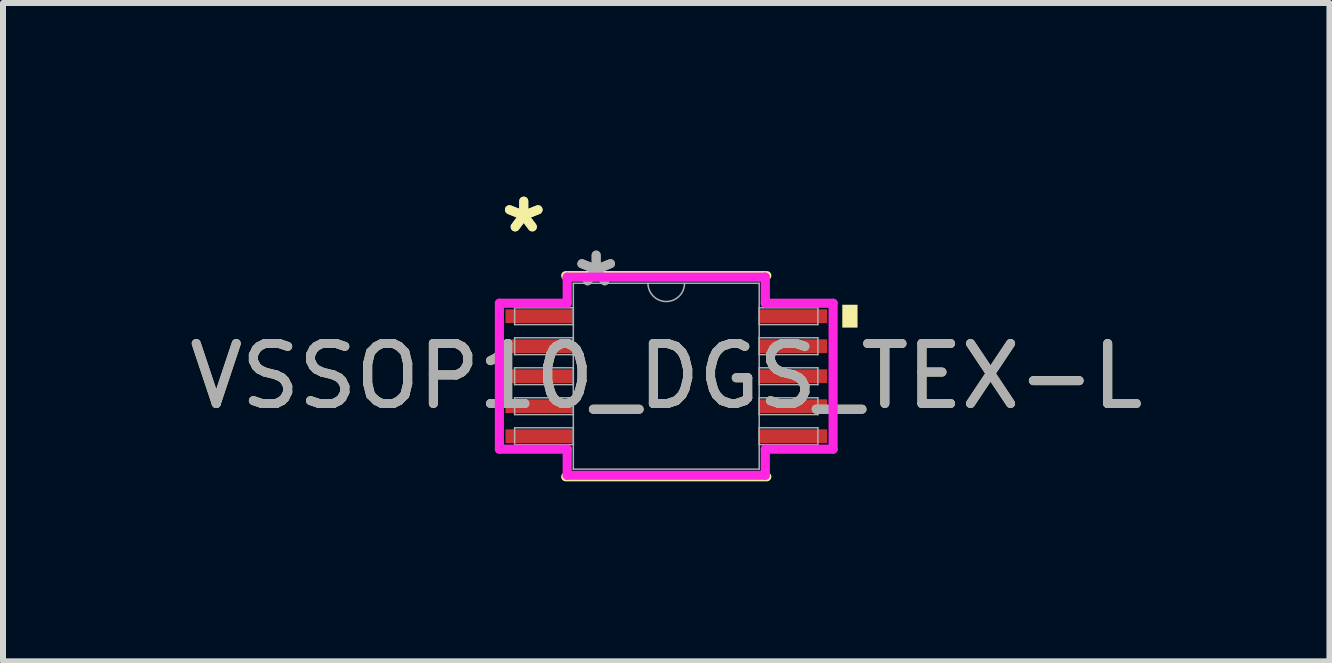
<source format=kicad_pcb>
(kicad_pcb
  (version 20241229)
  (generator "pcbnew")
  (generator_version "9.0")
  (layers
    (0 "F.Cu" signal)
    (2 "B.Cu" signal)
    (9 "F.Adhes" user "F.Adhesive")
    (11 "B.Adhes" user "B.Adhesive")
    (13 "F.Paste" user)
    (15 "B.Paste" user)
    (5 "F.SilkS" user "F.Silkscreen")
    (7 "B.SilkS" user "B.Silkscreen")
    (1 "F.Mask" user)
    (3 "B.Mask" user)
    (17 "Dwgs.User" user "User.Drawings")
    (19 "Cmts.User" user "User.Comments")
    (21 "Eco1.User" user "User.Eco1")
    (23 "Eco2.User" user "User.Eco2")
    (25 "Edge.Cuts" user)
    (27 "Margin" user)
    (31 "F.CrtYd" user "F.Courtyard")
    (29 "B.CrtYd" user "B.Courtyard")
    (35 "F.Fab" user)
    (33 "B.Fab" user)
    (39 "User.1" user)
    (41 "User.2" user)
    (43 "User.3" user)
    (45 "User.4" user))
  (footprint "VSSOP10_DGS_TEX-L"
    (layer "F.Cu")
    (at 8.054 3.22)
    (property "Reference" "VSSOP10_DGS_TEX-L" (at 0 0 0) (unlocked yes) (layer "F.SilkS") (effects (font (size 1 1) (thickness 0.15))))
    (attr smd)
    (fp_line (start -1.676 1.676) (end 1.676 1.676) (stroke (width 0.152) (type solid)) (layer "F.SilkS"))
    (fp_line (start 1.676 -1.676) (end -1.676 -1.676) (stroke (width 0.152) (type solid)) (layer "F.SilkS"))
    (fp_poly (pts (xy 3.188 -1.191) (xy 3.188 -0.81) (xy 2.934 -0.81) (xy 2.934 -1.191)) (stroke (width 0) (type solid)) (fill yes) (layer "F.SilkS"))
    (fp_line (start -2.781 -1.216) (end -1.651 -1.216) (stroke (width 0.152) (type solid)) (layer "F.CrtYd"))
    (fp_line (start -2.781 1.216) (end -2.781 -1.216) (stroke (width 0.152) (type solid)) (layer "F.CrtYd"))
    (fp_line (start -2.781 1.216) (end -1.651 1.216) (stroke (width 0.152) (type solid)) (layer "F.CrtYd"))
    (fp_line (start -1.651 -1.651) (end 1.651 -1.651) (stroke (width 0.152) (type solid)) (layer "F.CrtYd"))
    (fp_line (start -1.651 -1.216) (end -1.651 -1.651) (stroke (width 0.152) (type solid)) (layer "F.CrtYd"))
    (fp_line (start -1.651 1.651) (end -1.651 1.216) (stroke (width 0.152) (type solid)) (layer "F.CrtYd"))
    (fp_line (start 1.651 -1.651) (end 1.651 -1.216) (stroke (width 0.152) (type solid)) (layer "F.CrtYd"))
    (fp_line (start 1.651 1.216) (end 1.651 1.651) (stroke (width 0.152) (type solid)) (layer "F.CrtYd"))
    (fp_line (start 1.651 1.651) (end -1.651 1.651) (stroke (width 0.152) (type solid)) (layer "F.CrtYd"))
    (fp_line (start 2.781 -1.216) (end 1.651 -1.216) (stroke (width 0.152) (type solid)) (layer "F.CrtYd"))
    (fp_line (start 2.781 -1.216) (end 2.781 1.216) (stroke (width 0.152) (type solid)) (layer "F.CrtYd"))
    (fp_line (start 2.781 1.216) (end 1.651 1.216) (stroke (width 0.152) (type solid)) (layer "F.CrtYd"))
    (fp_line (start -2.527 -1.14) (end -2.527 -0.86) (stroke (width 0.025) (type solid)) (layer "F.Fab"))
    (fp_line (start -2.527 -0.86) (end -1.549 -0.86) (stroke (width 0.025) (type solid)) (layer "F.Fab"))
    (fp_line (start -2.527 -0.64) (end -2.527 -0.36) (stroke (width 0.025) (type solid)) (layer "F.Fab"))
    (fp_line (start -2.527 -0.36) (end -1.549 -0.36) (stroke (width 0.025) (type solid)) (layer "F.Fab"))
    (fp_line (start -2.527 -0.14) (end -2.527 0.14) (stroke (width 0.025) (type solid)) (layer "F.Fab"))
    (fp_line (start -2.527 0.14) (end -1.549 0.14) (stroke (width 0.025) (type solid)) (layer "F.Fab"))
    (fp_line (start -2.527 0.36) (end -2.527 0.64) (stroke (width 0.025) (type solid)) (layer "F.Fab"))
    (fp_line (start -2.527 0.64) (end -1.549 0.64) (stroke (width 0.025) (type solid)) (layer "F.Fab"))
    (fp_line (start -2.527 0.86) (end -2.527 1.14) (stroke (width 0.025) (type solid)) (layer "F.Fab"))
    (fp_line (start -2.527 1.14) (end -1.549 1.14) (stroke (width 0.025) (type solid)) (layer "F.Fab"))
    (fp_line (start -1.549 -1.549) (end -1.549 1.549) (stroke (width 0.025) (type solid)) (layer "F.Fab"))
    (fp_line (start -1.549 -1.14) (end -2.527 -1.14) (stroke (width 0.025) (type solid)) (layer "F.Fab"))
    (fp_line (start -1.549 -0.86) (end -1.549 -1.14) (stroke (width 0.025) (type solid)) (layer "F.Fab"))
    (fp_line (start -1.549 -0.64) (end -2.527 -0.64) (stroke (width 0.025) (type solid)) (layer "F.Fab"))
    (fp_line (start -1.549 -0.36) (end -1.549 -0.64) (stroke (width 0.025) (type solid)) (layer "F.Fab"))
    (fp_line (start -1.549 -0.14) (end -2.527 -0.14) (stroke (width 0.025) (type solid)) (layer "F.Fab"))
    (fp_line (start -1.549 0.14) (end -1.549 -0.14) (stroke (width 0.025) (type solid)) (layer "F.Fab"))
    (fp_line (start -1.549 0.36) (end -2.527 0.36) (stroke (width 0.025) (type solid)) (layer "F.Fab"))
    (fp_line (start -1.549 0.64) (end -1.549 0.36) (stroke (width 0.025) (type solid)) (layer "F.Fab"))
    (fp_line (start -1.549 0.86) (end -2.527 0.86) (stroke (width 0.025) (type solid)) (layer "F.Fab"))
    (fp_line (start -1.549 1.14) (end -1.549 0.86) (stroke (width 0.025) (type solid)) (layer "F.Fab"))
    (fp_line (start -1.549 1.549) (end 1.549 1.549) (stroke (width 0.025) (type solid)) (layer "F.Fab"))
    (fp_line (start 1.549 -1.549) (end -1.549 -1.549) (stroke (width 0.025) (type solid)) (layer "F.Fab"))
    (fp_line (start 1.549 -1.14) (end 1.549 -0.86) (stroke (width 0.025) (type solid)) (layer "F.Fab"))
    (fp_line (start 1.549 -0.86) (end 2.527 -0.86) (stroke (width 0.025) (type solid)) (layer "F.Fab"))
    (fp_line (start 1.549 -0.64) (end 1.549 -0.36) (stroke (width 0.025) (type solid)) (layer "F.Fab"))
    (fp_line (start 1.549 -0.36) (end 2.527 -0.36) (stroke (width 0.025) (type solid)) (layer "F.Fab"))
    (fp_line (start 1.549 -0.14) (end 1.549 0.14) (stroke (width 0.025) (type solid)) (layer "F.Fab"))
    (fp_line (start 1.549 0.14) (end 2.527 0.14) (stroke (width 0.025) (type solid)) (layer "F.Fab"))
    (fp_line (start 1.549 0.36) (end 1.549 0.64) (stroke (width 0.025) (type solid)) (layer "F.Fab"))
    (fp_line (start 1.549 0.64) (end 2.527 0.64) (stroke (width 0.025) (type solid)) (layer "F.Fab"))
    (fp_line (start 1.549 0.86) (end 1.549 1.14) (stroke (width 0.025) (type solid)) (layer "F.Fab"))
    (fp_line (start 1.549 1.14) (end 2.527 1.14) (stroke (width 0.025) (type solid)) (layer "F.Fab"))
    (fp_line (start 1.549 1.549) (end 1.549 -1.549) (stroke (width 0.025) (type solid)) (layer "F.Fab"))
    (fp_line (start 2.527 -1.14) (end 1.549 -1.14) (stroke (width 0.025) (type solid)) (layer "F.Fab"))
    (fp_line (start 2.527 -0.86) (end 2.527 -1.14) (stroke (width 0.025) (type solid)) (layer "F.Fab"))
    (fp_line (start 2.527 -0.64) (end 1.549 -0.64) (stroke (width 0.025) (type solid)) (layer "F.Fab"))
    (fp_line (start 2.527 -0.36) (end 2.527 -0.64) (stroke (width 0.025) (type solid)) (layer "F.Fab"))
    (fp_line (start 2.527 -0.14) (end 1.549 -0.14) (stroke (width 0.025) (type solid)) (layer "F.Fab"))
    (fp_line (start 2.527 0.14) (end 2.527 -0.14) (stroke (width 0.025) (type solid)) (layer "F.Fab"))
    (fp_line (start 2.527 0.36) (end 1.549 0.36) (stroke (width 0.025) (type solid)) (layer "F.Fab"))
    (fp_line (start 2.527 0.64) (end 2.527 0.36) (stroke (width 0.025) (type solid)) (layer "F.Fab"))
    (fp_line (start 2.527 0.86) (end 1.549 0.86) (stroke (width 0.025) (type solid)) (layer "F.Fab"))
    (fp_line (start 2.527 1.14) (end 2.527 0.86) (stroke (width 0.025) (type solid)) (layer "F.Fab"))
    (fp_arc (start 0.3048 -1.5494) (mid 0 -1.2446) (end -0.3048 -1.5494) (stroke (width 0.0254) (type solid)) (layer "F.Fab"))
    (fp_text user "*" (at -2.375 -2.372 0) (layer "F.SilkS") (effects (font (size 1 1) (thickness 0.15))))
    (fp_text user "*" (at -2.375 -2.372 0) (unlocked yes) (layer "F.SilkS") (effects (font (size 1 1) (thickness 0.15))))
    (fp_text user "${REFERENCE}" (at 0 0 0) (unlocked yes) (layer "F.Fab") (effects (font (size 1 1) (thickness 0.15))))
    (fp_text user "*" (at -1.168 -1.473 0) (layer "F.Fab") (effects (font (size 1 1) (thickness 0.15))))
    (fp_text user "*" (at -1.168 -1.473 0) (unlocked yes) (layer "F.Fab") (effects (font (size 1 1) (thickness 0.15))))
    (pad "1" smd rect (at -2.121 -1) (size 1.118 0.229) (layers "F.Cu" "F.Mask" "F.Paste"))
    (pad "2" smd rect (at -2.121 -0.5) (size 1.118 0.229) (layers "F.Cu" "F.Mask" "F.Paste"))
    (pad "3" smd rect (at -2.121 0) (size 1.118 0.229) (layers "F.Cu" "F.Mask" "F.Paste"))
    (pad "4" smd rect (at -2.121 0.5) (size 1.118 0.229) (layers "F.Cu" "F.Mask" "F.Paste"))
    (pad "5" smd rect (at -2.121 1) (size 1.118 0.229) (layers "F.Cu" "F.Mask" "F.Paste"))
    (pad "6" smd rect (at 2.121 1) (size 1.118 0.229) (layers "F.Cu" "F.Mask" "F.Paste"))
    (pad "7" smd rect (at 2.121 0.5) (size 1.118 0.229) (layers "F.Cu" "F.Mask" "F.Paste"))
    (pad "8" smd rect (at 2.121 0) (size 1.118 0.229) (layers "F.Cu" "F.Mask" "F.Paste"))
    (pad "9" smd rect (at 2.121 -0.5) (size 1.118 0.229) (layers "F.Cu" "F.Mask" "F.Paste"))
    (pad "10" smd rect (at 2.121 -1) (size 1.118 0.229) (layers "F.Cu" "F.Mask" "F.Paste")))
  (gr_rect
    (start -3 -3)
    (end 19.107 7.972)
    (stroke (width 0.1) (type default))
    (fill no)
    (layer "Edge.Cuts")))
</source>
